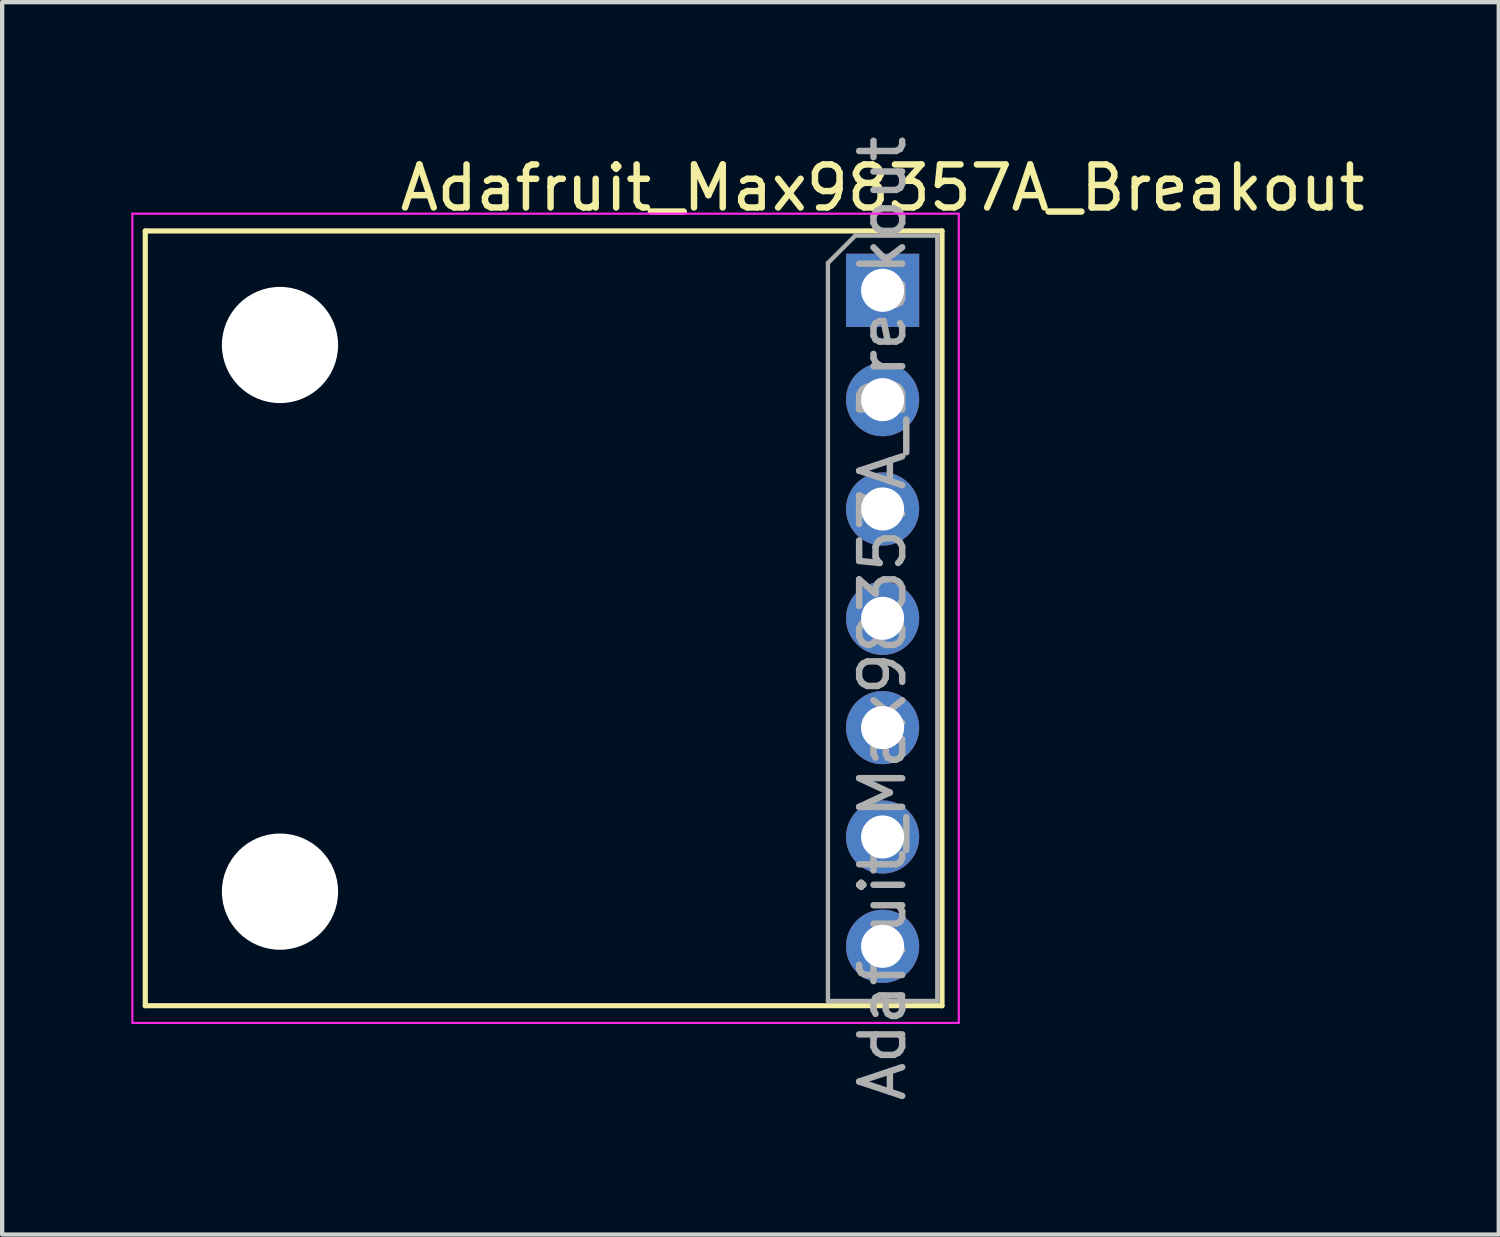
<source format=kicad_pcb>
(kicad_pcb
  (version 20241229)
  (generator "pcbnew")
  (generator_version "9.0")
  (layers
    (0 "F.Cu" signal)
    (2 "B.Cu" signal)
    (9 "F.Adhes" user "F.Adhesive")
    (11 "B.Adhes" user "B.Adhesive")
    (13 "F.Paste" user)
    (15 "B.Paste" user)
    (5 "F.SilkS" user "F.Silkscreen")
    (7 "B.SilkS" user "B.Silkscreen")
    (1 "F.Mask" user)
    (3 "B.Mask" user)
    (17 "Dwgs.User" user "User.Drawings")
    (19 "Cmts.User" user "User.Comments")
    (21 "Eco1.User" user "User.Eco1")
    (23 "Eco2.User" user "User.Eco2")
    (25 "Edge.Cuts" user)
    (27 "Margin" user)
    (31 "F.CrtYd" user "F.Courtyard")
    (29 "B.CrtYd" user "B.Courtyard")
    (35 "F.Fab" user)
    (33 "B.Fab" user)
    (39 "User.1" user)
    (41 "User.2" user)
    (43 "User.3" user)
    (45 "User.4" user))
  (footprint "Adafruit_Max98357A_Breakout"
    (layer "F.Cu")
    (at 17.455 3.695)
    (property "Reference" "Adafruit_Max98357A_Breakout" (at 0 -2.38 0) (layer "F.SilkS") (effects (font (size 1 1) (thickness 0.15))))
    (attr through_hole)
    (fp_line (start -17.13 -1.38) (end -17.13 16.62) (stroke (width 0.12) (type solid)) (layer "F.SilkS"))
    (fp_line (start -17.13 -1.38) (end 1.38 -1.38) (stroke (width 0.12) (type solid)) (layer "F.SilkS"))
    (fp_line (start -17.13 16.62) (end 1.38 16.62) (stroke (width 0.12) (type solid)) (layer "F.SilkS"))
    (fp_line (start 1.38 -1.38) (end 1.38 16.62) (stroke (width 0.12) (type solid)) (layer "F.SilkS"))
    (fp_line (start -17.43 -1.78) (end -17.43 17.02) (stroke (width 0.05) (type solid)) (layer "F.CrtYd"))
    (fp_line (start -17.43 17.02) (end 1.77 17.02) (stroke (width 0.05) (type solid)) (layer "F.CrtYd"))
    (fp_line (start 1.77 -1.78) (end -17.43 -1.78) (stroke (width 0.05) (type solid)) (layer "F.CrtYd"))
    (fp_line (start 1.77 17.02) (end 1.77 -1.78) (stroke (width 0.05) (type solid)) (layer "F.CrtYd"))
    (fp_line (start -1.27 -0.635) (end -0.635 -1.27) (stroke (width 0.1) (type solid)) (layer "F.Fab"))
    (fp_line (start -1.27 16.51) (end -1.27 -0.635) (stroke (width 0.1) (type solid)) (layer "F.Fab"))
    (fp_line (start -0.635 -1.27) (end 1.27 -1.27) (stroke (width 0.1) (type solid)) (layer "F.Fab"))
    (fp_line (start 1.27 -1.27) (end 1.27 16.51) (stroke (width 0.1) (type solid)) (layer "F.Fab"))
    (fp_line (start 1.27 16.51) (end -1.27 16.51) (stroke (width 0.1) (type solid)) (layer "F.Fab"))
    (fp_text user "${REFERENCE}" (at 0 7.62 90) (layer "F.Fab") (effects (font (size 1 1) (thickness 0.15))))
    (pad "" np_thru_hole circle (at -14 1.27) (size 2.7 2.7) (drill 2.7) (layers "*.Cu" "*.Mask"))
    (pad "" np_thru_hole circle (at -14 13.97) (size 2.7 2.7) (drill 2.7) (layers "*.Cu" "*.Mask"))
    (pad "1" thru_hole rect (at 0 0) (size 1.7 1.7) (drill 1) (layers "*.Cu" "*.Mask"))
    (pad "2" thru_hole circle (at 0 2.54) (size 1.7 1.7) (drill 1) (layers "*.Cu" "*.Mask"))
    (pad "3" thru_hole circle (at 0 5.08) (size 1.7 1.7) (drill 1) (layers "*.Cu" "*.Mask"))
    (pad "4" thru_hole circle (at 0 7.62) (size 1.7 1.7) (drill 1) (layers "*.Cu" "*.Mask"))
    (pad "5" thru_hole circle (at 0 10.16) (size 1.7 1.7) (drill 1) (layers "*.Cu" "*.Mask"))
    (pad "6" thru_hole circle (at 0 12.7) (size 1.7 1.7) (drill 1) (layers "*.Cu" "*.Mask"))
    (pad "7" thru_hole circle (at 0 15.24) (size 1.7 1.7) (drill 1) (layers "*.Cu" "*.Mask")))
  (gr_rect
    (start -3 -3)
    (end 31.77 25.631)
    (stroke (width 0.1) (type default))
    (fill no)
    (layer "Edge.Cuts")))
</source>
